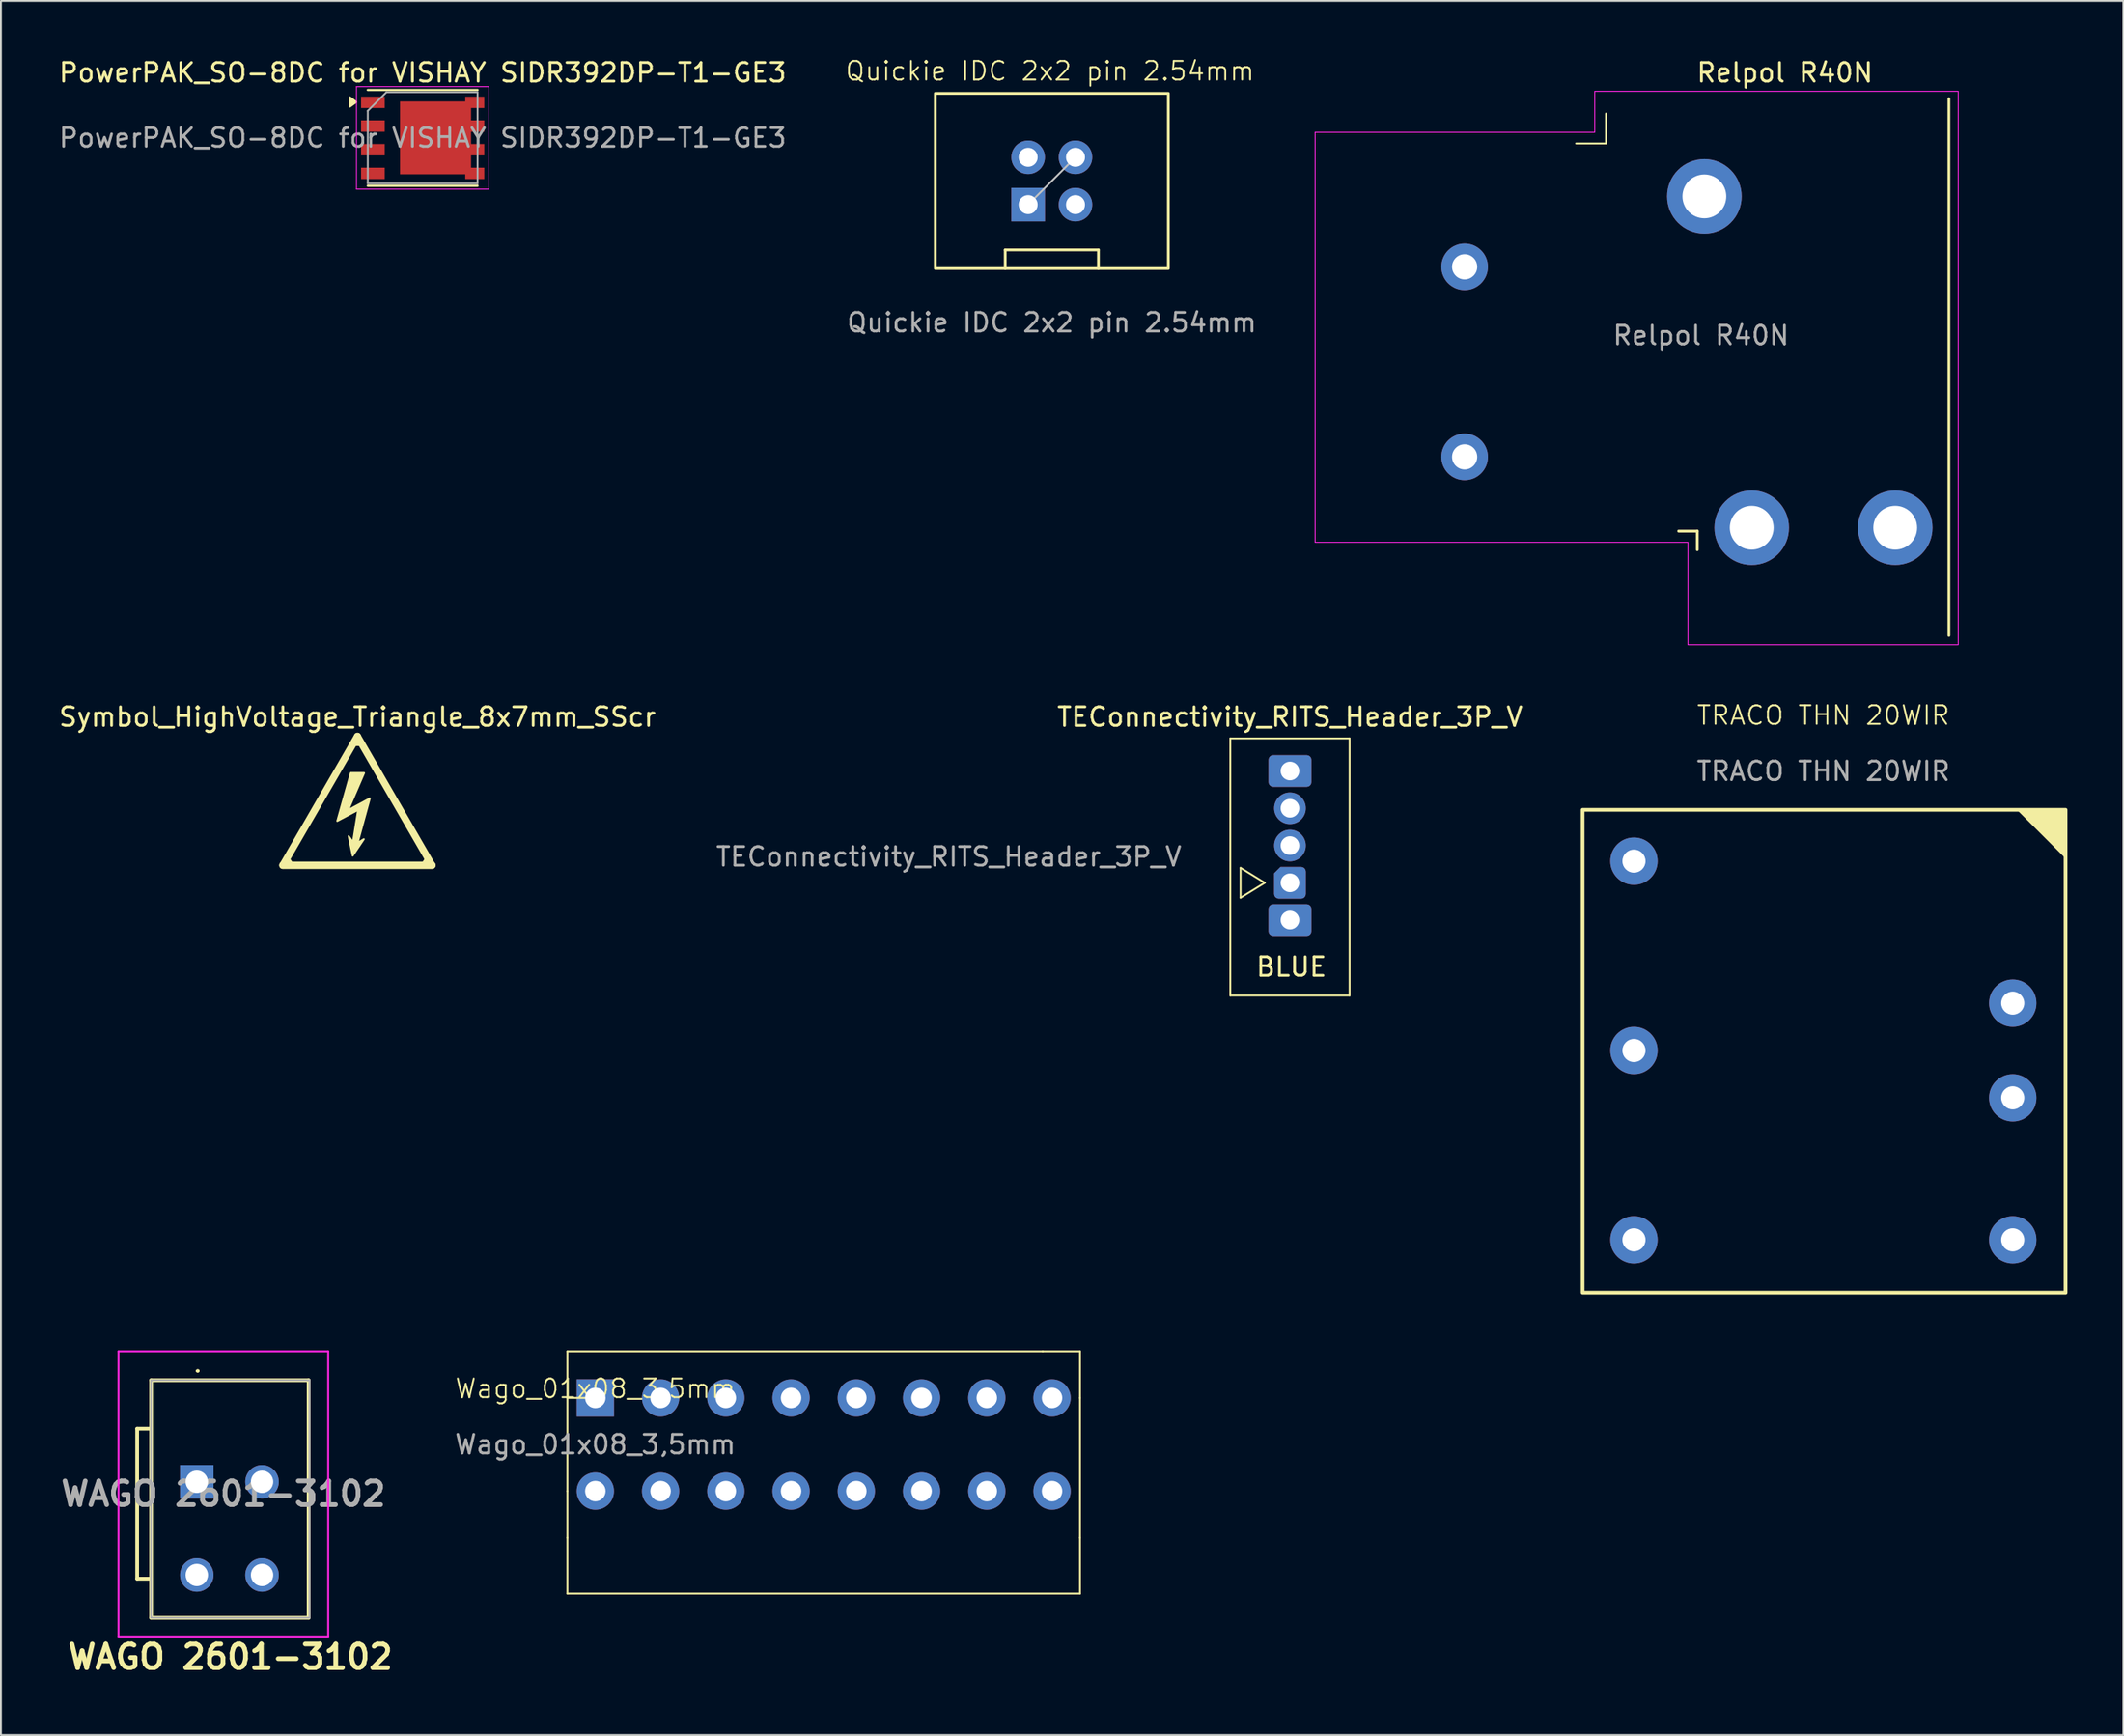
<source format=kicad_pcb>
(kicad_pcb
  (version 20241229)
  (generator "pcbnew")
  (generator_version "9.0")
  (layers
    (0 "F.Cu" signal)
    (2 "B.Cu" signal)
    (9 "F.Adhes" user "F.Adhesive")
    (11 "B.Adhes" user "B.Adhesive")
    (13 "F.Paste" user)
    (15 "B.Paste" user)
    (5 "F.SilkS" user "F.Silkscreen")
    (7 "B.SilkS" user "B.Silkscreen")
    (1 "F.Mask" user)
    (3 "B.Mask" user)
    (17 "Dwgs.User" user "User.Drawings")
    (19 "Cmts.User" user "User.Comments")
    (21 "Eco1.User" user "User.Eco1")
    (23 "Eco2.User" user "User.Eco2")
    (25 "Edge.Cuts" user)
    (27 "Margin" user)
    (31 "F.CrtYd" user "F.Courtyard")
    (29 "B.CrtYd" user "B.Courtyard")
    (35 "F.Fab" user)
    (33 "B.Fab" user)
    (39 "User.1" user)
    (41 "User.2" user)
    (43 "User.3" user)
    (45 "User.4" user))
  (footprint "Wago_01x08_3,5mm"
    (layer "F.Cu")
    (at 28.888 71.964)
    (property "Reference" "Wago_01x08_3,5mm" (at 0 -0.5 0) (unlocked yes) (layer "F.SilkS") (effects (font (size 1 1) (thickness 0.1))))
    (attr through_hole)
    (fp_line (start -1.5 -2.5) (end -1.5 5) (stroke (width 0.1) (type default)) (layer "F.SilkS"))
    (fp_line (start -1.5 -2.5) (end 24 -2.5) (stroke (width 0.1) (type default)) (layer "F.SilkS"))
    (fp_line (start -1.5 5) (end -1.5 7.5) (stroke (width 0.1) (type default)) (layer "F.SilkS"))
    (fp_line (start -1.5 7.5) (end -1.5 10.5) (stroke (width 0.1) (type default)) (layer "F.SilkS"))
    (fp_line (start -1.5 10.5) (end 26 10.5) (stroke (width 0.1) (type default)) (layer "F.SilkS"))
    (fp_line (start 0 0) (end -1.5 0) (stroke (width 0.1) (type default)) (layer "F.SilkS"))
    (fp_line (start 24 -2.5) (end 26 -2.5) (stroke (width 0.1) (type default)) (layer "F.SilkS"))
    (fp_line (start 26 -2.5) (end 26 0) (stroke (width 0.1) (type default)) (layer "F.SilkS"))
    (fp_line (start 26 7.5) (end 26 0) (stroke (width 0.1) (type default)) (layer "F.SilkS"))
    (fp_line (start 26 10.5) (end 26 7.5) (stroke (width 0.1) (type default)) (layer "F.SilkS"))
    (fp_text user "${REFERENCE}" (at 0 2.5 0) (unlocked yes) (layer "F.Fab") (effects (font (size 1 1) (thickness 0.15))))
    (pad "1" thru_hole rect (at 0 0) (size 2 2) (drill 1.1) (layers "*.Cu" "*.Mask"))
    (pad "1" thru_hole circle (at 0 5) (size 2 2) (drill 1.1) (layers "*.Cu" "*.Mask"))
    (pad "2" thru_hole circle (at 3.5 0) (size 2 2) (drill 1.1) (layers "*.Cu" "*.Mask"))
    (pad "2" thru_hole circle (at 3.5 5) (size 2 2) (drill 1.1) (layers "*.Cu" "*.Mask"))
    (pad "3" thru_hole circle (at 7 0) (size 2 2) (drill 1.1) (layers "*.Cu" "*.Mask"))
    (pad "3" thru_hole circle (at 7 5) (size 2 2) (drill 1.1) (layers "*.Cu" "*.Mask"))
    (pad "4" thru_hole circle (at 10.5 0) (size 2 2) (drill 1.1) (layers "*.Cu" "*.Mask"))
    (pad "4" thru_hole circle (at 10.5 5) (size 2 2) (drill 1.1) (layers "*.Cu" "*.Mask"))
    (pad "5" thru_hole circle (at 14 0) (size 2 2) (drill 1.1) (layers "*.Cu" "*.Mask"))
    (pad "5" thru_hole circle (at 14 5) (size 2 2) (drill 1.1) (layers "*.Cu" "*.Mask"))
    (pad "6" thru_hole circle (at 17.5 0) (size 2 2) (drill 1.1) (layers "*.Cu" "*.Mask"))
    (pad "6" thru_hole circle (at 17.5 5) (size 2 2) (drill 1.1) (layers "*.Cu" "*.Mask"))
    (pad "7" thru_hole circle (at 21 0) (size 2 2) (drill 1.1) (layers "*.Cu" "*.Mask"))
    (pad "7" thru_hole circle (at 21 5) (size 2 2) (drill 1.1) (layers "*.Cu" "*.Mask"))
    (pad "8" thru_hole circle (at 24.5 0) (size 2 2) (drill 1.1) (layers "*.Cu" "*.Mask"))
    (pad "8" thru_hole circle (at 24.5 5) (size 2 2) (drill 1.1) (layers "*.Cu" "*.Mask")))
  (footprint "PowerPAK_SO-8DC for VISHAY SIDR392DP-T1-GE3"
    (layer "F.Cu")
    (at 19.625 4.348)
    (property "Reference" "PowerPAK_SO-8DC for VISHAY SIDR392DP-T1-GE3" (at 0 -3.5 0) (layer "F.SilkS") (effects (font (size 1 1) (thickness 0.15))))
    (attr smd)
    (fp_line (start -2.945 -2.57) (end 2.945 -2.57) (stroke (width 0.12) (type solid)) (layer "F.SilkS"))
    (fp_line (start -2.945 2.57) (end 2.945 2.57) (stroke (width 0.12) (type solid)) (layer "F.SilkS"))
    (fp_poly (pts (xy -3.575 -1.925) (xy -3.905 -2.165) (xy -3.905 -1.685) (xy -3.575 -1.925)) (stroke (width 0.12) (type solid)) (fill yes) (layer "F.SilkS"))
    (fp_line (start -3.55 -2.75) (end -3.55 2.75) (stroke (width 0.05) (type solid)) (layer "F.CrtYd"))
    (fp_line (start -3.55 -2.75) (end 3.55 -2.75) (stroke (width 0.05) (type solid)) (layer "F.CrtYd"))
    (fp_line (start -3.55 2.75) (end 3.55 2.75) (stroke (width 0.05) (type solid)) (layer "F.CrtYd"))
    (fp_line (start 3.55 -2.75) (end 3.55 2.75) (stroke (width 0.05) (type solid)) (layer "F.CrtYd"))
    (fp_line (start -2.945 2.45) (end -2.945 -1.45) (stroke (width 0.1) (type solid)) (layer "F.Fab"))
    (fp_line (start -1.945 -2.45) (end -2.945 -1.45) (stroke (width 0.1) (type solid)) (layer "F.Fab"))
    (fp_line (start -1.945 -2.45) (end 2.945 -2.45) (stroke (width 0.1) (type solid)) (layer "F.Fab"))
    (fp_line (start 2.945 -2.45) (end 2.945 2.45) (stroke (width 0.1) (type solid)) (layer "F.Fab"))
    (fp_line (start 2.945 2.45) (end -2.945 2.45) (stroke (width 0.1) (type solid)) (layer "F.Fab"))
    (fp_text user "${REFERENCE}" (at 0 0 0) (layer "F.Fab") (effects (font (size 1 1) (thickness 0.15))))
    (pad "1" smd rect (at -2.67 -1.905) (size 1.27 0.61) (layers "F.Cu" "F.Mask" "F.Paste"))
    (pad "1" smd rect (at -2.67 -0.635) (size 1.27 0.61) (layers "F.Cu" "F.Mask" "F.Paste"))
    (pad "1" smd rect (at -2.67 0.635) (size 1.27 0.61) (layers "F.Cu" "F.Mask" "F.Paste"))
    (pad "2" smd rect (at -2.67 1.905) (size 1.27 0.61) (layers "F.Cu" "F.Mask" "F.Paste"))
    (pad "3" smd rect (at 0.69 0) (size 3.81 3.91) (layers "F.Cu" "F.Mask" "F.Paste"))
    (pad "3" smd rect (at 2.795 -1.905) (size 1.02 0.61) (layers "F.Cu" "F.Mask" "F.Paste"))
    (pad "3" smd rect (at 2.795 -0.635) (size 1.02 0.61) (layers "F.Cu" "F.Mask" "F.Paste"))
    (pad "3" smd rect (at 2.795 0.635) (size 1.02 0.61) (layers "F.Cu" "F.Mask" "F.Paste"))
    (pad "3" smd rect (at 2.795 1.905) (size 1.02 0.61) (layers "F.Cu" "F.Mask" "F.Paste")))
  (footprint "Relpol R40N"
    (layer "F.Cu")
    (at 88.502 18.448)
    (property "Reference" "Relpol R40N" (at 4.2 -17.6 0) (unlocked yes) (layer "F.SilkS") (effects (font (size 1 1) (thickness 0.15))))
    (attr smd)
    (fp_line (start -7 -13.8) (end -5.4 -13.8) (stroke (width 0.1) (type default)) (layer "F.SilkS"))
    (fp_line (start -5.4 -13.8) (end -5.4 -15.4) (stroke (width 0.1) (type default)) (layer "F.SilkS"))
    (fp_line (start -1.5 7) (end -0.5 7) (stroke (width 0.15) (type default)) (layer "F.SilkS"))
    (fp_line (start -0.5 7) (end -0.5 8) (stroke (width 0.15) (type default)) (layer "F.SilkS"))
    (fp_line (start 13 -16.2) (end 13 12.6) (stroke (width 0.15) (type default)) (layer "F.SilkS"))
    (fp_line (start -21 -14.4) (end -21 7.6) (stroke (width 0.05) (type default)) (layer "F.CrtYd"))
    (fp_line (start -21 7.6) (end -1 7.6) (stroke (width 0.05) (type default)) (layer "F.CrtYd"))
    (fp_line (start -6 -16.6) (end -6 -14.4) (stroke (width 0.05) (type default)) (layer "F.CrtYd"))
    (fp_line (start -6 -14.4) (end -21 -14.4) (stroke (width 0.05) (type default)) (layer "F.CrtYd"))
    (fp_line (start -1 7.6) (end -1 13.1) (stroke (width 0.05) (type default)) (layer "F.CrtYd"))
    (fp_line (start -1 13.1) (end 13.5 13.1) (stroke (width 0.05) (type default)) (layer "F.CrtYd"))
    (fp_line (start 13.5 -16.6) (end -6 -16.6) (stroke (width 0.05) (type default)) (layer "F.CrtYd"))
    (fp_line (start 13.5 13.1) (end 13.5 -16.6) (stroke (width 0.05) (type default)) (layer "F.CrtYd"))
    (fp_text user "${REFERENCE}" (at -0.3 -3.5 0) (unlocked yes) (layer "F.Fab") (effects (font (size 1 1) (thickness 0.15))))
    (pad "11" thru_hole circle (at -0.12 -10.96) (size 4 4) (drill 2.35) (layers "*.Cu" "*.Mask"))
    (pad "12" thru_hole circle (at 10.12 6.82) (size 4 4) (drill 2.35) (layers "*.Cu" "*.Mask"))
    (pad "14" thru_hole circle (at 2.42 6.82) (size 4 4) (drill 2.35) (layers "*.Cu" "*.Mask"))
    (pad "A1" thru_hole circle (at -12.98 3.02) (size 2.5 2.5) (drill 1.35) (layers "*.Cu" "*.Mask"))
    (pad "A2" thru_hole circle (at -12.98 -7.18) (size 2.5 2.5) (drill 1.35) (layers "*.Cu" "*.Mask")))
  (footprint "TRACO THN 20WIR"
    (layer "F.Cu")
    (at 94.766 55.86)
    (property "Reference" "TRACO THN 20WIR" (at 0 -20.526 0) (unlocked yes) (layer "F.SilkS") (effects (font (size 1 1) (thickness 0.1))))
    (attr through_hole)
    (fp_rect (start -12.914 -15.454) (end 12.994 10.454) (stroke (width 0.2) (type default)) (fill no) (layer "F.SilkS"))
    (fp_poly (pts (xy 10.454 -15.454) (xy 12.994 -12.914) (xy 12.994 -15.454)) (stroke (width 0.1) (type solid)) (fill yes) (layer "F.SilkS"))
    (fp_text user "${REFERENCE}" (at 0 -17.526 0) (unlocked yes) (layer "F.Fab") (effects (font (size 1 1) (thickness 0.15))))
    (pad "1" thru_hole circle (at 10.16 -5.08) (size 2.54 2.54) (drill 1.24) (layers "*.Cu" "*.Mask"))
    (pad "2" thru_hole circle (at 10.16 0) (size 2.54 2.54) (drill 1.24) (layers "*.Cu" "*.Mask"))
    (pad "3" thru_hole circle (at 10.16 7.62) (size 2.54 2.54) (drill 1.24) (layers "*.Cu" "*.Mask"))
    (pad "4" thru_hole circle (at -10.16 -12.7) (size 2.54 2.54) (drill 1.24) (layers "*.Cu" "*.Mask"))
    (pad "5" thru_hole circle (at -10.16 -2.54) (size 2.54 2.54) (drill 1.24) (layers "*.Cu" "*.Mask"))
    (pad "6" thru_hole circle (at -10.16 7.62) (size 2.54 2.54) (drill 1.24) (layers "*.Cu" "*.Mask")))
  (footprint "TEConnectivity_RITS_Header_3P_V"
    (layer "F.Cu")
    (at 66.151 42.322)
    (property "Reference" "TEConnectivity_RITS_Header_3P_V" (at 0 -6.9 0) (unlocked yes) (layer "F.SilkS") (effects (font (size 1 1) (thickness 0.15))))
    (attr through_hole)
    (fp_line (start -3.2 -5.75) (end -3.2 8.05) (stroke (width 0.1) (type default)) (layer "F.SilkS"))
    (fp_line (start -3.2 8.05) (end 3.2 8.05) (stroke (width 0.1) (type default)) (layer "F.SilkS"))
    (fp_line (start -2.65 1.2) (end -1.35 2) (stroke (width 0.1) (type default)) (layer "F.SilkS"))
    (fp_line (start -2.65 2.8) (end -2.65 1.2) (stroke (width 0.1) (type default)) (layer "F.SilkS"))
    (fp_line (start -1.35 2) (end -2.65 2.8) (stroke (width 0.1) (type default)) (layer "F.SilkS"))
    (fp_line (start 3.2 -5.75) (end -3.2 -5.75) (stroke (width 0.1) (type default)) (layer "F.SilkS"))
    (fp_line (start 3.2 8.05) (end 3.2 -5.75) (stroke (width 0.1) (type default)) (layer "F.SilkS"))
    (fp_text user "BLUE" (at -1.9 7.1 0) (unlocked yes) (layer "F.SilkS") (effects (font (size 1 1) (thickness 0.15)) (justify left bottom)))
    (fp_text user "${REFERENCE}" (at -18.3 0.6 0) (unlocked yes) (layer "F.Fab") (effects (font (size 1 1) (thickness 0.15))))
    (pad "1" thru_hole roundrect (at 0 2) (size 1.7 1.7) (drill 1) (layers "*.Cu" "*.Mask") (roundrect_rratio 0.147) (chamfer_ratio 0.2) (chamfer top_left))
    (pad "2" thru_hole circle (at 0 0) (size 1.7 1.7) (drill 1) (layers "*.Cu" "*.Mask"))
    (pad "3" thru_hole circle (at 0 -2) (size 1.7 1.7) (drill 1) (layers "*.Cu" "*.Mask"))
    (pad "MP" thru_hole roundrect (at 0 -4) (size 2.3 1.7) (drill 1) (layers "*.Cu" "*.Mask") (roundrect_rratio 0.147))
    (pad "MP" thru_hole roundrect (at 0 4) (size 2.3 1.7) (drill 1) (layers "*.Cu" "*.Mask") (roundrect_rratio 0.147)))
  (footprint "WAGO 2601-3102"
    (layer "F.Cu")
    (at 7.507 81.464)
    (property "Reference" "WAGO 2601-3102" (at 1.8 4.4 0) (layer "F.SilkS") (effects (font (size 1.27 1.27) (thickness 0.254))))
    (attr through_hole)
    (fp_line (start -3.2 -7.85) (end -3.2 0.2) (stroke (width 0.2) (type solid)) (layer "F.SilkS"))
    (fp_line (start -3.2 0.2) (end -2.45 0.2) (stroke (width 0.2) (type solid)) (layer "F.SilkS"))
    (fp_line (start -2.45 -10.45) (end 6 -10.45) (stroke (width 0.2) (type solid)) (layer "F.SilkS"))
    (fp_line (start -2.45 -7.85) (end -3.2 -7.85) (stroke (width 0.2) (type solid)) (layer "F.SilkS"))
    (fp_line (start -2.45 2.3) (end -2.45 -10.45) (stroke (width 0.2) (type solid)) (layer "F.SilkS"))
    (fp_line (start 0 -10.95) (end 0 -10.95) (stroke (width 0.1) (type solid)) (layer "F.SilkS"))
    (fp_line (start 0.1 -10.95) (end 0.1 -10.95) (stroke (width 0.1) (type solid)) (layer "F.SilkS"))
    (fp_line (start 6 -10.45) (end 6 2.3) (stroke (width 0.2) (type solid)) (layer "F.SilkS"))
    (fp_line (start 6 2.3) (end -2.45 2.3) (stroke (width 0.2) (type solid)) (layer "F.SilkS"))
    (fp_arc (start 0 -10.95) (mid 0.05 -11) (end 0.1 -10.95) (stroke (width 0.1) (type solid)) (layer "F.SilkS"))
    (fp_arc (start 0.1 -10.95) (mid 0.05 -10.9) (end 0 -10.95) (stroke (width 0.1) (type solid)) (layer "F.SilkS"))
    (fp_line (start -4.2 -12) (end 7.05 -12) (stroke (width 0.1) (type solid)) (layer "F.CrtYd"))
    (fp_line (start -4.2 3.3) (end -4.2 -12) (stroke (width 0.1) (type solid)) (layer "F.CrtYd"))
    (fp_line (start 7.05 -12) (end 7.05 3.3) (stroke (width 0.1) (type solid)) (layer "F.CrtYd"))
    (fp_line (start 7.05 3.3) (end -4.2 3.3) (stroke (width 0.1) (type solid)) (layer "F.CrtYd"))
    (fp_line (start -2.45 -10.45) (end 6.05 -10.45) (stroke (width 0.1) (type solid)) (layer "F.Fab"))
    (fp_line (start -2.45 2.3) (end -2.45 -10.45) (stroke (width 0.1) (type solid)) (layer "F.Fab"))
    (fp_line (start 6.05 -10.45) (end 6.05 2.3) (stroke (width 0.1) (type solid)) (layer "F.Fab"))
    (fp_line (start 6.05 2.3) (end -2.45 2.3) (stroke (width 0.1) (type solid)) (layer "F.Fab"))
    (fp_text user "${REFERENCE}" (at 1.425 -4.35 0) (layer "F.Fab") (effects (font (size 1.27 1.27) (thickness 0.254))))
    (pad "1" thru_hole rect (at 0 -5) (size 1.8 1.8) (drill 1.2) (layers "*.Cu" "*.Mask"))
    (pad "1" thru_hole circle (at 0 0) (size 1.8 1.8) (drill 1.2) (layers "*.Cu" "*.Mask"))
    (pad "2" thru_hole circle (at 3.5 -5) (size 1.8 1.8) (drill 1.2) (layers "*.Cu" "*.Mask"))
    (pad "2" thru_hole circle (at 3.5 0) (size 1.8 1.8) (drill 1.2) (layers "*.Cu" "*.Mask")))
  (footprint "Quickie IDC 2x2 pin 2.54mm"
    (layer "F.Cu")
    (at 53.376 6.66)
    (property "Reference" "Quickie IDC 2x2 pin 2.54mm" (at -0.1 -5.9 0) (unlocked yes) (layer "F.SilkS") (effects (font (size 1 1) (thickness 0.1))))
    (attr smd)
    (fp_line (start -2.5 3.7) (end 2.5 3.7) (stroke (width 0.15) (type default)) (layer "F.SilkS"))
    (fp_line (start -2.5 4.7) (end -2.5 3.7) (stroke (width 0.15) (type default)) (layer "F.SilkS"))
    (fp_line (start 2.5 3.7) (end 2.5 4.7) (stroke (width 0.15) (type default)) (layer "F.SilkS"))
    (fp_rect (start -6.25 -4.7) (end 6.25 4.7) (stroke (width 0.15) (type default)) (fill no) (layer "F.SilkS"))
    (fp_line (start 1.27 -1.27) (end -1.27 1.27) (stroke (width 0.1) (type default)) (layer "Dwgs.User"))
    (fp_text user "${REFERENCE}" (at 0 7.6 0) (unlocked yes) (layer "F.Fab") (effects (font (size 1 1) (thickness 0.15))))
    (pad "1" thru_hole rect (at -1.27 1.27) (size 1.8 1.8) (drill 1.02) (layers "*.Cu" "*.Mask"))
    (pad "2" thru_hole circle (at -1.27 -1.27) (size 1.8 1.8) (drill 1.02) (layers "*.Cu" "*.Mask" "B.Adhes"))
    (pad "3" thru_hole circle (at 1.27 1.27) (size 1.8 1.8) (drill 1.02) (layers "*.Cu" "*.Mask" "B.Adhes"))
    (pad "4" thru_hole circle (at 1.27 -1.27) (size 1.8 1.8) (drill 1.02) (layers "*.Cu" "*.Mask" "B.Adhes")))
  (footprint "Symbol_HighVoltage_Triangle_8x7mm_SScr"
    (layer "F.Cu")
    (at 16.125 39.922)
    (property "Reference" "Symbol_HighVoltage_Triangle_8x7mm_SScr" (at 0 -4.5 0) (layer "F.SilkS") (effects (font (size 1 1) (thickness 0.15))))
    (attr exclude_from_pos_files exclude_from_bom allow_missing_courtyard)
    (fp_line (start -4 3.46) (end -0.000048 -3.46) (stroke (width 0.381) (type solid)) (layer "F.SilkS"))
    (fp_line (start -3.51 3.44) (end -3.776 3.031) (stroke (width 0.2) (type default)) (layer "F.SilkS"))
    (fp_line (start -0.15 -3.04) (end 0.16 -3.04) (stroke (width 0.2) (type default)) (layer "F.SilkS"))
    (fp_line (start 0 -3.46) (end 4 3.46) (stroke (width 0.381) (type solid)) (layer "F.SilkS"))
    (fp_line (start 3.51 3.44) (end 3.776 3.031) (stroke (width 0.2) (type default)) (layer "F.SilkS"))
    (fp_line (start 4 3.46) (end -4 3.46) (stroke (width 0.4) (type solid)) (layer "F.SilkS"))
    (fp_poly (pts (xy -0.5 0.5) (xy 0.664 -0.126) (xy 0.009 2.261) (xy 0.344 2.057) (xy -0.253 2.945) (xy -0.471 1.897) (xy -0.238 2.217) (xy 0.038 0.485) (xy -1.082 1.082) (xy -0.354 -1.494) (xy 0.359 -1.494)) (stroke (width 0.1) (type solid)) (fill yes) (layer "F.SilkS")))
  (gr_rect
    (start -3 -3)
    (end 110.86 90.052)
    (stroke (width 0.1) (type default))
    (fill no)
    (layer "Edge.Cuts")))
</source>
